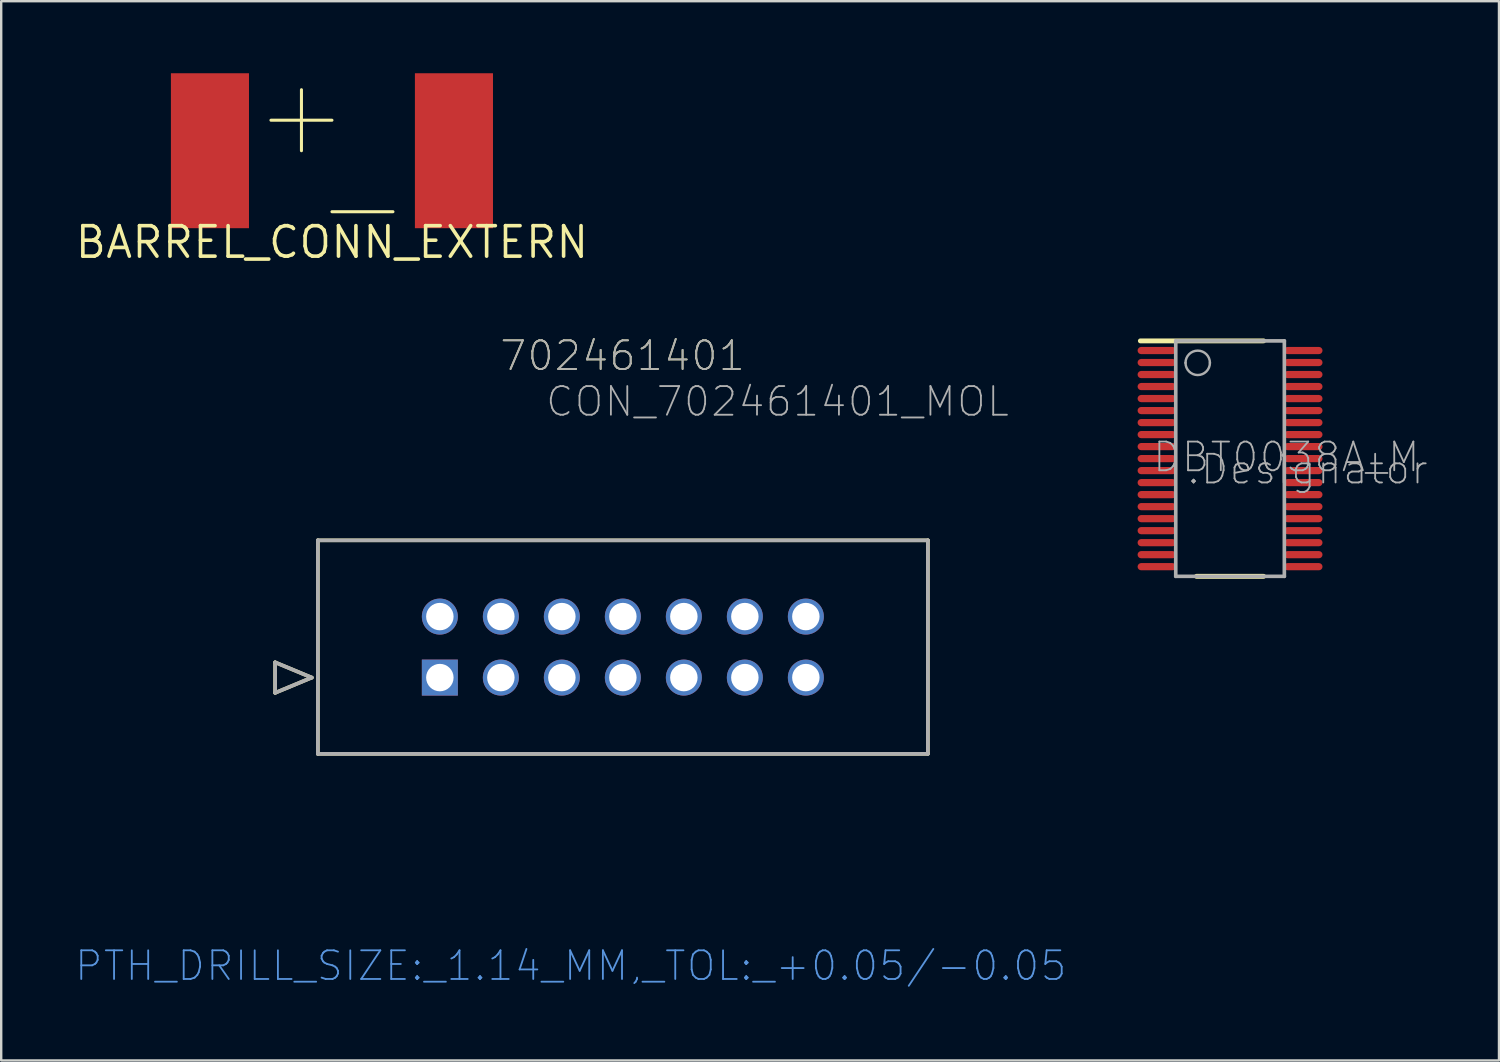
<source format=kicad_pcb>
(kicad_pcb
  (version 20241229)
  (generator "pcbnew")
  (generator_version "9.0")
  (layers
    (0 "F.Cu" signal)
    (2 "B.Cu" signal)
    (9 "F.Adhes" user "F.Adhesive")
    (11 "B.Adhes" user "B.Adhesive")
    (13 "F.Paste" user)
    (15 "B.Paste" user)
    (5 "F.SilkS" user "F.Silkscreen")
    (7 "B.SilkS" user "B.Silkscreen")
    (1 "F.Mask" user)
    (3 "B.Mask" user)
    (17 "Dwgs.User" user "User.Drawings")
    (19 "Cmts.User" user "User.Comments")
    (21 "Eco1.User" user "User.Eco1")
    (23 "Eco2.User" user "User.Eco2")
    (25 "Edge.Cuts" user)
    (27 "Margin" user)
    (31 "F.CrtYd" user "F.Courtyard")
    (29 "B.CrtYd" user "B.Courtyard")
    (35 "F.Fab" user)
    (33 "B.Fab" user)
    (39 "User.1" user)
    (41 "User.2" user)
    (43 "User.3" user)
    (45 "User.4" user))
  (footprint "CON_702461401_MOL"
    (layer "F.Cu")
    (at 15.265 25.164)
    (property "Reference" "CON_702461401_MOL" (at 4.343 -10.795 0) (layer "F.Fab") (effects (font (size 1.194 1.194) (thickness 0.076)) (justify left bottom)))
    (fp_line (start -6.858 -0.635) (end -6.858 0.635) (stroke (width 0.152) (type solid)) (layer "F.SilkS"))
    (fp_line (start -6.858 0.635) (end -5.334 0) (stroke (width 0.152) (type solid)) (layer "F.SilkS"))
    (fp_line (start -5.334 0) (end -6.858 -0.635) (stroke (width 0.152) (type solid)) (layer "F.SilkS"))
    (fp_line (start -5.08 -5.715) (end -5.08 3.175) (stroke (width 0.152) (type solid)) (layer "F.SilkS"))
    (fp_line (start -5.08 3.175) (end 20.32 3.175) (stroke (width 0.152) (type solid)) (layer "F.SilkS"))
    (fp_line (start 20.32 -5.715) (end -5.08 -5.715) (stroke (width 0.152) (type solid)) (layer "F.SilkS"))
    (fp_line (start 20.32 3.175) (end 20.32 -5.715) (stroke (width 0.152) (type solid)) (layer "F.SilkS"))
    (fp_line (start -6.858 -0.635) (end -6.858 0.635) (stroke (width 0.152) (type solid)) (layer "F.Fab"))
    (fp_line (start -6.858 0.635) (end -5.334 0) (stroke (width 0.152) (type solid)) (layer "F.Fab"))
    (fp_line (start -5.334 0) (end -6.858 -0.635) (stroke (width 0.152) (type solid)) (layer "F.Fab"))
    (fp_line (start -5.08 -5.715) (end -5.08 3.175) (stroke (width 0.152) (type solid)) (layer "F.Fab"))
    (fp_line (start -5.08 3.175) (end 20.32 3.175) (stroke (width 0.152) (type solid)) (layer "F.Fab"))
    (fp_line (start 20.32 -5.715) (end -5.08 -5.715) (stroke (width 0.152) (type solid)) (layer "F.Fab"))
    (fp_line (start 20.32 3.175) (end 20.32 -5.715) (stroke (width 0.152) (type solid)) (layer "F.Fab"))
    (fp_text user "702461401" (at 2.438 -12.7 0) (layer "F.SilkS") (effects (font (size 1.194 1.194) (thickness 0.076)) (justify left bottom)))
    (fp_text user "PTH_DRILL_SIZE:_1.14_MM,_TOL:_+0.05/-0.05" (at -15.265 12.7 0) (layer "Cmts.User") (effects (font (size 1.194 1.194) (thickness 0.076)) (justify left bottom)))
    (fp_text user "702461401" (at 2.438 -12.7 0) (layer "F.Fab") (effects (font (size 1.194 1.194) (thickness 0.076)) (justify left bottom)))
    (pad "1" thru_hole rect (at 0 0) (size 1.499 1.499) (drill 1.143) (layers "*.Cu" "*.Mask"))
    (pad "2" thru_hole circle (at 0 -2.54) (size 1.499 1.499) (drill 1.143) (layers "*.Cu" "*.Mask"))
    (pad "3" thru_hole circle (at 2.54 0 270) (size 1.499 1.499) (drill 1.143) (layers "*.Cu" "*.Mask"))
    (pad "4" thru_hole circle (at 2.54 -2.54 270) (size 1.499 1.499) (drill 1.143) (layers "*.Cu" "*.Mask"))
    (pad "5" thru_hole circle (at 5.08 0 270) (size 1.499 1.499) (drill 1.143) (layers "*.Cu" "*.Mask"))
    (pad "6" thru_hole circle (at 5.08 -2.54 270) (size 1.499 1.499) (drill 1.143) (layers "*.Cu" "*.Mask"))
    (pad "7" thru_hole circle (at 7.62 0 270) (size 1.499 1.499) (drill 1.143) (layers "*.Cu" "*.Mask"))
    (pad "8" thru_hole circle (at 7.62 -2.54 270) (size 1.499 1.499) (drill 1.143) (layers "*.Cu" "*.Mask"))
    (pad "9" thru_hole circle (at 10.16 0 270) (size 1.499 1.499) (drill 1.143) (layers "*.Cu" "*.Mask"))
    (pad "10" thru_hole circle (at 10.16 -2.54 270) (size 1.499 1.499) (drill 1.143) (layers "*.Cu" "*.Mask"))
    (pad "11" thru_hole circle (at 12.7 0 270) (size 1.499 1.499) (drill 1.143) (layers "*.Cu" "*.Mask"))
    (pad "12" thru_hole circle (at 12.7 -2.54 270) (size 1.499 1.499) (drill 1.143) (layers "*.Cu" "*.Mask"))
    (pad "13" thru_hole circle (at 15.24 0 270) (size 1.499 1.499) (drill 1.143) (layers "*.Cu" "*.Mask"))
    (pad "14" thru_hole circle (at 15.24 -2.54 270) (size 1.499 1.499) (drill 1.143) (layers "*.Cu" "*.Mask")))
  (footprint "BARREL_CONN_EXTERN"
    (layer "F.Cu")
    (at 10.772 7.036)
    (property "Reference" "BARREL_CONN_EXTERN" (at 0 0 0) (layer "F.SilkS") (effects (font (size 1.27 1.27) (thickness 0.15))))
    (fp_line (start -2.54 -5.08) (end 0 -5.08) (stroke (width 0.127) (type solid)) (layer "F.SilkS"))
    (fp_line (start -1.27 -6.35) (end -1.27 -3.81) (stroke (width 0.127) (type solid)) (layer "F.SilkS"))
    (fp_line (start 2.54 -1.27) (end 0 -1.27) (stroke (width 0.127) (type solid)) (layer "F.SilkS"))
    (pad "GND" smd rect (at 5.08 -3.81 90) (size 6.452 3.251) (layers "F.Cu" "F.Mask" "F.Paste"))
    (pad "POS" smd rect (at -5.08 -3.81 90) (size 6.452 3.251) (layers "F.Cu" "F.Mask" "F.Paste")))
  (footprint "DBT0038A_M"
    (layer "F.Cu")
    (at 48.168 16.046)
    (property "Reference" "DBT0038A_M" (at -3.277 0.635 0) (layer "F.Fab") (effects (font (size 1.194 1.194) (thickness 0.076)) (justify left bottom)))
    (fp_line (start -3.734 -4.902) (end 1.397 -4.902) (stroke (width 0.203) (type solid)) (layer "F.SilkS"))
    (fp_line (start -1.397 4.902) (end 1.397 4.902) (stroke (width 0.203) (type solid)) (layer "F.SilkS"))
    (fp_line (start -2.261 -4.902) (end 2.261 -4.902) (stroke (width 0.152) (type solid)) (layer "F.Fab"))
    (fp_line (start -2.261 4.902) (end -2.261 -4.902) (stroke (width 0.152) (type solid)) (layer "F.Fab"))
    (fp_line (start -2.261 4.902) (end 2.261 4.902) (stroke (width 0.152) (type solid)) (layer "F.Fab"))
    (fp_line (start 2.261 4.902) (end 2.261 -4.902) (stroke (width 0.152) (type solid)) (layer "F.Fab"))
    (fp_arc (start -1.8542 -3.9878) (mid -1.3462 -4.4958) (end -0.8382 -3.9878) (stroke (width 0.1016) (type solid)) (layer "F.Fab"))
    (fp_arc (start -0.8382 -3.9878) (mid -1.3462 -3.4798) (end -1.8542 -3.9878) (stroke (width 0.1016) (type solid)) (layer "F.Fab"))
    (fp_text user ".Designator" (at -1.854 1.143 0) (layer "F.Fab") (effects (font (size 1.194 1.194) (thickness 0.076)) (justify left bottom)))
    (pad "1" smd roundrect (at -3.05 -4.5 180) (size 1.6 0.3) (layers "F.Cu" "F.Mask" "F.Paste") (roundrect_rratio 0.5))
    (pad "2" smd roundrect (at -3.05 -4 180) (size 1.6 0.3) (layers "F.Cu" "F.Mask" "F.Paste") (roundrect_rratio 0.5))
    (pad "3" smd roundrect (at -3.05 -3.5 180) (size 1.6 0.3) (layers "F.Cu" "F.Mask" "F.Paste") (roundrect_rratio 0.5))
    (pad "4" smd roundrect (at -3.05 -3 180) (size 1.6 0.3) (layers "F.Cu" "F.Mask" "F.Paste") (roundrect_rratio 0.5))
    (pad "5" smd roundrect (at -3.05 -2.5 180) (size 1.6 0.3) (layers "F.Cu" "F.Mask" "F.Paste") (roundrect_rratio 0.5))
    (pad "6" smd roundrect (at -3.05 -2 180) (size 1.6 0.3) (layers "F.Cu" "F.Mask" "F.Paste") (roundrect_rratio 0.5))
    (pad "7" smd roundrect (at -3.05 -1.5 180) (size 1.6 0.3) (layers "F.Cu" "F.Mask" "F.Paste") (roundrect_rratio 0.5))
    (pad "8" smd roundrect (at -3.05 -1 180) (size 1.6 0.3) (layers "F.Cu" "F.Mask" "F.Paste") (roundrect_rratio 0.5))
    (pad "9" smd roundrect (at -3.05 -0.5 180) (size 1.6 0.3) (layers "F.Cu" "F.Mask" "F.Paste") (roundrect_rratio 0.5))
    (pad "10" smd roundrect (at -3.05 0 180) (size 1.6 0.3) (layers "F.Cu" "F.Mask" "F.Paste") (roundrect_rratio 0.5))
    (pad "11" smd roundrect (at -3.05 0.5 180) (size 1.6 0.3) (layers "F.Cu" "F.Mask" "F.Paste") (roundrect_rratio 0.5))
    (pad "12" smd roundrect (at -3.05 1 180) (size 1.6 0.3) (layers "F.Cu" "F.Mask" "F.Paste") (roundrect_rratio 0.5))
    (pad "13" smd roundrect (at -3.05 1.5 180) (size 1.6 0.3) (layers "F.Cu" "F.Mask" "F.Paste") (roundrect_rratio 0.5))
    (pad "14" smd roundrect (at -3.05 2 180) (size 1.6 0.3) (layers "F.Cu" "F.Mask" "F.Paste") (roundrect_rratio 0.5))
    (pad "15" smd roundrect (at -3.05 2.5 180) (size 1.6 0.3) (layers "F.Cu" "F.Mask" "F.Paste") (roundrect_rratio 0.5))
    (pad "16" smd roundrect (at -3.05 3 180) (size 1.6 0.3) (layers "F.Cu" "F.Mask" "F.Paste") (roundrect_rratio 0.5))
    (pad "17" smd roundrect (at -3.05 3.5 180) (size 1.6 0.3) (layers "F.Cu" "F.Mask" "F.Paste") (roundrect_rratio 0.5))
    (pad "18" smd roundrect (at -3.05 4 180) (size 1.6 0.3) (layers "F.Cu" "F.Mask" "F.Paste") (roundrect_rratio 0.5))
    (pad "19" smd roundrect (at -3.05 4.5 180) (size 1.6 0.3) (layers "F.Cu" "F.Mask" "F.Paste") (roundrect_rratio 0.5))
    (pad "20" smd roundrect (at 3.05 4.5 180) (size 1.6 0.3) (layers "F.Cu" "F.Mask" "F.Paste") (roundrect_rratio 0.5))
    (pad "21" smd roundrect (at 3.05 4 180) (size 1.6 0.3) (layers "F.Cu" "F.Mask" "F.Paste") (roundrect_rratio 0.5))
    (pad "22" smd roundrect (at 3.05 3.5 180) (size 1.6 0.3) (layers "F.Cu" "F.Mask" "F.Paste") (roundrect_rratio 0.5))
    (pad "23" smd roundrect (at 3.05 3 180) (size 1.6 0.3) (layers "F.Cu" "F.Mask" "F.Paste") (roundrect_rratio 0.5))
    (pad "24" smd roundrect (at 3.05 2.5 180) (size 1.6 0.3) (layers "F.Cu" "F.Mask" "F.Paste") (roundrect_rratio 0.5))
    (pad "25" smd roundrect (at 3.05 2 180) (size 1.6 0.3) (layers "F.Cu" "F.Mask" "F.Paste") (roundrect_rratio 0.5))
    (pad "26" smd roundrect (at 3.05 1.5 180) (size 1.6 0.3) (layers "F.Cu" "F.Mask" "F.Paste") (roundrect_rratio 0.5))
    (pad "27" smd roundrect (at 3.05 1 180) (size 1.6 0.3) (layers "F.Cu" "F.Mask" "F.Paste") (roundrect_rratio 0.5))
    (pad "28" smd roundrect (at 3.05 0.5 180) (size 1.6 0.3) (layers "F.Cu" "F.Mask" "F.Paste") (roundrect_rratio 0.5))
    (pad "29" smd roundrect (at 3.05 0 180) (size 1.6 0.3) (layers "F.Cu" "F.Mask" "F.Paste") (roundrect_rratio 0.5))
    (pad "30" smd roundrect (at 3.05 -0.5 180) (size 1.6 0.3) (layers "F.Cu" "F.Mask" "F.Paste") (roundrect_rratio 0.5))
    (pad "31" smd roundrect (at 3.05 -1 180) (size 1.6 0.3) (layers "F.Cu" "F.Mask" "F.Paste") (roundrect_rratio 0.5))
    (pad "32" smd roundrect (at 3.05 -1.5 180) (size 1.6 0.3) (layers "F.Cu" "F.Mask" "F.Paste") (roundrect_rratio 0.5))
    (pad "33" smd roundrect (at 3.05 -2 180) (size 1.6 0.3) (layers "F.Cu" "F.Mask" "F.Paste") (roundrect_rratio 0.5))
    (pad "34" smd roundrect (at 3.05 -2.5 180) (size 1.6 0.3) (layers "F.Cu" "F.Mask" "F.Paste") (roundrect_rratio 0.5))
    (pad "35" smd roundrect (at 3.05 -3 180) (size 1.6 0.3) (layers "F.Cu" "F.Mask" "F.Paste") (roundrect_rratio 0.5))
    (pad "36" smd roundrect (at 3.05 -3.5 180) (size 1.6 0.3) (layers "F.Cu" "F.Mask" "F.Paste") (roundrect_rratio 0.5))
    (pad "37" smd roundrect (at 3.05 -4 180) (size 1.6 0.3) (layers "F.Cu" "F.Mask" "F.Paste") (roundrect_rratio 0.5))
    (pad "38" smd roundrect (at 3.05 -4.5 180) (size 1.6 0.3) (layers "F.Cu" "F.Mask" "F.Paste") (roundrect_rratio 0.5)))
  (gr_rect
    (start -3 -3)
    (end 59.366 41.106)
    (stroke (width 0.1) (type default))
    (fill no)
    (layer "Edge.Cuts")))
</source>
